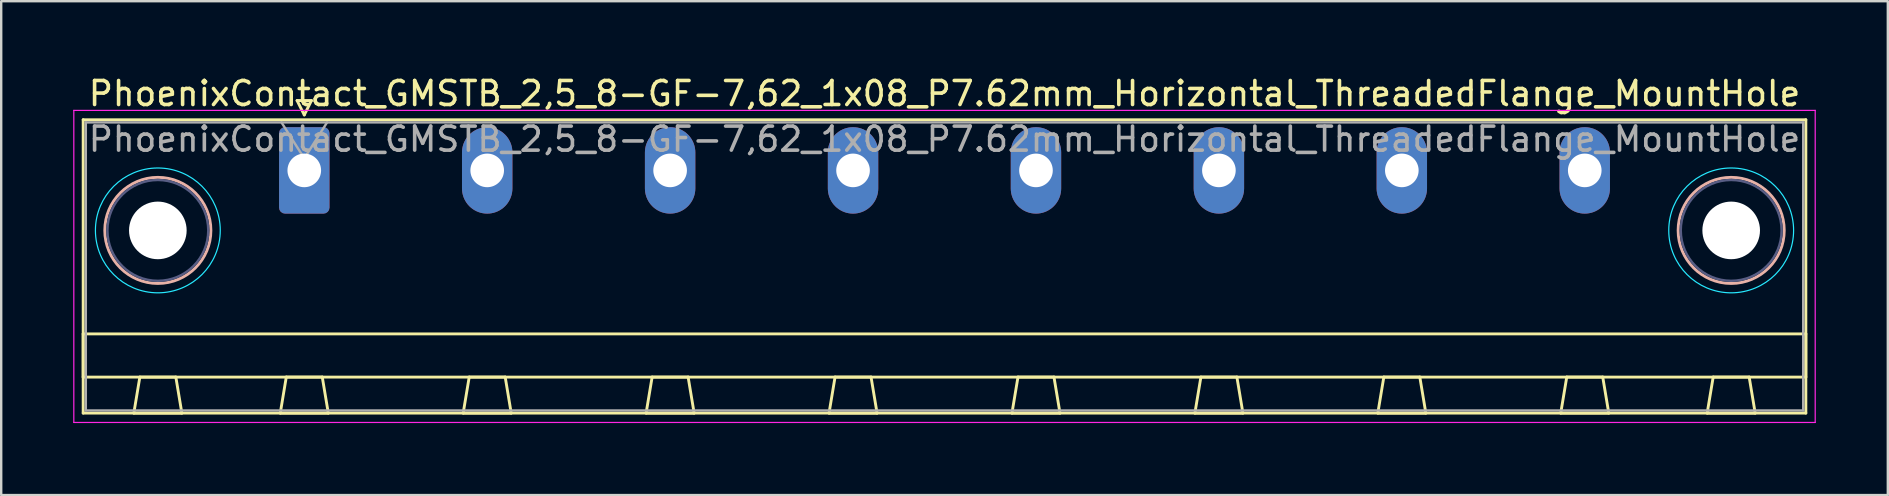
<source format=kicad_pcb>
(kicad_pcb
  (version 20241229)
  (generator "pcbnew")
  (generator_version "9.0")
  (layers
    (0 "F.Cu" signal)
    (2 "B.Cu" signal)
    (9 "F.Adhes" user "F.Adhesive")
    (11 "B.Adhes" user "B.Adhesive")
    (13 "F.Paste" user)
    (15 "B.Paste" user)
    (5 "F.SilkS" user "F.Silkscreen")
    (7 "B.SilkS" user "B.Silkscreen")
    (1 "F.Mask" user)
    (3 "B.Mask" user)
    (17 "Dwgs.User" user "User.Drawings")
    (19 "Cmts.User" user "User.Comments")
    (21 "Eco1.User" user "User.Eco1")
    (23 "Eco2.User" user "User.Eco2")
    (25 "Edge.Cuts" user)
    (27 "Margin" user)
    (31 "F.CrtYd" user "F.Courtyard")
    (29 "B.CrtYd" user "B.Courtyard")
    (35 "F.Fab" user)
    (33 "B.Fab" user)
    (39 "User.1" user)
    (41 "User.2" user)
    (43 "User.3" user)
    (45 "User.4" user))
  (footprint "PhoenixContact_GMSTB_2,5_8-GF-7,62_1x08_P7.62mm_Horizontal_ThreadedFlange_MountHole"
    (layer "F.Cu")
    (at 9.625 4.048)
    (property "Reference" "PhoenixContact_GMSTB_2,5_8-GF-7,62_1x08_P7.62mm_Horizontal_ThreadedFlange_MountHole" (at 26.67 -3.2 0) (layer "F.SilkS") (effects (font (size 1 1) (thickness 0.15))))
    (attr through_hole)
    (fp_line (start -9.21 -2.11) (end -9.21 10.11) (stroke (width 0.12) (type solid)) (layer "F.SilkS"))
    (fp_line (start -9.21 6.81) (end 62.55 6.81) (stroke (width 0.12) (type solid)) (layer "F.SilkS"))
    (fp_line (start -9.21 8.61) (end -9.21 6.81) (stroke (width 0.12) (type solid)) (layer "F.SilkS"))
    (fp_line (start -9.21 10.11) (end 62.55 10.11) (stroke (width 0.12) (type solid)) (layer "F.SilkS"))
    (fp_line (start -7.1 10.11) (end -5.1 10.11) (stroke (width 0.12) (type solid)) (layer "F.SilkS"))
    (fp_line (start -6.85 8.61) (end -7.1 10.11) (stroke (width 0.12) (type solid)) (layer "F.SilkS"))
    (fp_line (start -5.35 8.61) (end -6.85 8.61) (stroke (width 0.12) (type solid)) (layer "F.SilkS"))
    (fp_line (start -5.1 10.11) (end -5.35 8.61) (stroke (width 0.12) (type solid)) (layer "F.SilkS"))
    (fp_line (start -1 10.11) (end 1 10.11) (stroke (width 0.12) (type solid)) (layer "F.SilkS"))
    (fp_line (start -0.75 8.61) (end -1 10.11) (stroke (width 0.12) (type solid)) (layer "F.SilkS"))
    (fp_line (start -0.3 -2.91) (end 0.3 -2.91) (stroke (width 0.12) (type solid)) (layer "F.SilkS"))
    (fp_line (start 0 -2.31) (end -0.3 -2.91) (stroke (width 0.12) (type solid)) (layer "F.SilkS"))
    (fp_line (start 0.3 -2.91) (end 0 -2.31) (stroke (width 0.12) (type solid)) (layer "F.SilkS"))
    (fp_line (start 0.75 8.61) (end -0.75 8.61) (stroke (width 0.12) (type solid)) (layer "F.SilkS"))
    (fp_line (start 1 10.11) (end 0.75 8.61) (stroke (width 0.12) (type solid)) (layer "F.SilkS"))
    (fp_line (start 6.62 10.11) (end 8.62 10.11) (stroke (width 0.12) (type solid)) (layer "F.SilkS"))
    (fp_line (start 6.87 8.61) (end 6.62 10.11) (stroke (width 0.12) (type solid)) (layer "F.SilkS"))
    (fp_line (start 8.37 8.61) (end 6.87 8.61) (stroke (width 0.12) (type solid)) (layer "F.SilkS"))
    (fp_line (start 8.62 10.11) (end 8.37 8.61) (stroke (width 0.12) (type solid)) (layer "F.SilkS"))
    (fp_line (start 14.24 10.11) (end 16.24 10.11) (stroke (width 0.12) (type solid)) (layer "F.SilkS"))
    (fp_line (start 14.49 8.61) (end 14.24 10.11) (stroke (width 0.12) (type solid)) (layer "F.SilkS"))
    (fp_line (start 15.99 8.61) (end 14.49 8.61) (stroke (width 0.12) (type solid)) (layer "F.SilkS"))
    (fp_line (start 16.24 10.11) (end 15.99 8.61) (stroke (width 0.12) (type solid)) (layer "F.SilkS"))
    (fp_line (start 21.86 10.11) (end 23.86 10.11) (stroke (width 0.12) (type solid)) (layer "F.SilkS"))
    (fp_line (start 22.11 8.61) (end 21.86 10.11) (stroke (width 0.12) (type solid)) (layer "F.SilkS"))
    (fp_line (start 23.61 8.61) (end 22.11 8.61) (stroke (width 0.12) (type solid)) (layer "F.SilkS"))
    (fp_line (start 23.86 10.11) (end 23.61 8.61) (stroke (width 0.12) (type solid)) (layer "F.SilkS"))
    (fp_line (start 29.48 10.11) (end 31.48 10.11) (stroke (width 0.12) (type solid)) (layer "F.SilkS"))
    (fp_line (start 29.73 8.61) (end 29.48 10.11) (stroke (width 0.12) (type solid)) (layer "F.SilkS"))
    (fp_line (start 31.23 8.61) (end 29.73 8.61) (stroke (width 0.12) (type solid)) (layer "F.SilkS"))
    (fp_line (start 31.48 10.11) (end 31.23 8.61) (stroke (width 0.12) (type solid)) (layer "F.SilkS"))
    (fp_line (start 37.1 10.11) (end 39.1 10.11) (stroke (width 0.12) (type solid)) (layer "F.SilkS"))
    (fp_line (start 37.35 8.61) (end 37.1 10.11) (stroke (width 0.12) (type solid)) (layer "F.SilkS"))
    (fp_line (start 38.85 8.61) (end 37.35 8.61) (stroke (width 0.12) (type solid)) (layer "F.SilkS"))
    (fp_line (start 39.1 10.11) (end 38.85 8.61) (stroke (width 0.12) (type solid)) (layer "F.SilkS"))
    (fp_line (start 44.72 10.11) (end 46.72 10.11) (stroke (width 0.12) (type solid)) (layer "F.SilkS"))
    (fp_line (start 44.97 8.61) (end 44.72 10.11) (stroke (width 0.12) (type solid)) (layer "F.SilkS"))
    (fp_line (start 46.47 8.61) (end 44.97 8.61) (stroke (width 0.12) (type solid)) (layer "F.SilkS"))
    (fp_line (start 46.72 10.11) (end 46.47 8.61) (stroke (width 0.12) (type solid)) (layer "F.SilkS"))
    (fp_line (start 52.34 10.11) (end 54.34 10.11) (stroke (width 0.12) (type solid)) (layer "F.SilkS"))
    (fp_line (start 52.59 8.61) (end 52.34 10.11) (stroke (width 0.12) (type solid)) (layer "F.SilkS"))
    (fp_line (start 54.09 8.61) (end 52.59 8.61) (stroke (width 0.12) (type solid)) (layer "F.SilkS"))
    (fp_line (start 54.34 10.11) (end 54.09 8.61) (stroke (width 0.12) (type solid)) (layer "F.SilkS"))
    (fp_line (start 58.44 10.11) (end 60.44 10.11) (stroke (width 0.12) (type solid)) (layer "F.SilkS"))
    (fp_line (start 58.69 8.61) (end 58.44 10.11) (stroke (width 0.12) (type solid)) (layer "F.SilkS"))
    (fp_line (start 60.19 8.61) (end 58.69 8.61) (stroke (width 0.12) (type solid)) (layer "F.SilkS"))
    (fp_line (start 60.44 10.11) (end 60.19 8.61) (stroke (width 0.12) (type solid)) (layer "F.SilkS"))
    (fp_line (start 62.55 -2.11) (end -9.21 -2.11) (stroke (width 0.12) (type solid)) (layer "F.SilkS"))
    (fp_line (start 62.55 6.81) (end 62.55 8.61) (stroke (width 0.12) (type solid)) (layer "F.SilkS"))
    (fp_line (start 62.55 8.61) (end -9.21 8.61) (stroke (width 0.12) (type solid)) (layer "F.SilkS"))
    (fp_line (start 62.55 10.11) (end 62.55 -2.11) (stroke (width 0.12) (type solid)) (layer "F.SilkS"))
    (fp_circle (center -6.1 2.5) (end -3.89 2.5) (stroke (width 0.12) (type solid)) (fill no) (layer "B.SilkS"))
    (fp_circle (center 59.44 2.5) (end 61.65 2.5) (stroke (width 0.12) (type solid)) (fill no) (layer "B.SilkS"))
    (fp_circle (center -6.1 2.5) (end -3.5 2.5) (stroke (width 0.05) (type solid)) (fill no) (layer "B.CrtYd"))
    (fp_circle (center 59.44 2.5) (end 62.04 2.5) (stroke (width 0.05) (type solid)) (fill no) (layer "B.CrtYd"))
    (fp_line (start -9.6 -2.5) (end -9.6 10.5) (stroke (width 0.05) (type solid)) (layer "F.CrtYd"))
    (fp_line (start -9.6 10.5) (end 62.94 10.5) (stroke (width 0.05) (type solid)) (layer "F.CrtYd"))
    (fp_line (start 62.94 -2.5) (end -9.6 -2.5) (stroke (width 0.05) (type solid)) (layer "F.CrtYd"))
    (fp_line (start 62.94 10.5) (end 62.94 -2.5) (stroke (width 0.05) (type solid)) (layer "F.CrtYd"))
    (fp_circle (center -6.1 2.5) (end -4 2.5) (stroke (width 0.1) (type solid)) (fill no) (layer "B.Fab"))
    (fp_circle (center 59.44 2.5) (end 61.54 2.5) (stroke (width 0.1) (type solid)) (fill no) (layer "B.Fab"))
    (fp_line (start -9.1 -2) (end -9.1 10) (stroke (width 0.1) (type solid)) (layer "F.Fab"))
    (fp_line (start -9.1 10) (end 62.44 10) (stroke (width 0.1) (type solid)) (layer "F.Fab"))
    (fp_line (start 0 -0.5) (end -0.95 -2) (stroke (width 0.1) (type solid)) (layer "F.Fab"))
    (fp_line (start 0.95 -2) (end 0 -0.5) (stroke (width 0.1) (type solid)) (layer "F.Fab"))
    (fp_line (start 62.44 -2) (end -9.1 -2) (stroke (width 0.1) (type solid)) (layer "F.Fab"))
    (fp_line (start 62.44 10) (end 62.44 -2) (stroke (width 0.1) (type solid)) (layer "F.Fab"))
    (fp_text user "${REFERENCE}" (at 26.67 -1.3 0) (layer "F.Fab") (effects (font (size 1 1) (thickness 0.15))))
    (pad "" np_thru_hole circle (at -6.1 2.5) (size 2.4 2.4) (drill 2.4) (layers "*.Cu" "*.Mask"))
    (pad "" np_thru_hole circle (at 59.44 2.5) (size 2.4 2.4) (drill 2.4) (layers "*.Cu" "*.Mask"))
    (pad "1" thru_hole roundrect (at 0 0) (size 2.1 3.6) (drill 1.4) (layers "*.Cu" "*.Mask") (roundrect_rratio 0.119))
    (pad "2" thru_hole oval (at 7.62 0) (size 2.1 3.6) (drill 1.4) (layers "*.Cu" "*.Mask"))
    (pad "3" thru_hole oval (at 15.24 0) (size 2.1 3.6) (drill 1.4) (layers "*.Cu" "*.Mask"))
    (pad "4" thru_hole oval (at 22.86 0) (size 2.1 3.6) (drill 1.4) (layers "*.Cu" "*.Mask"))
    (pad "5" thru_hole oval (at 30.48 0) (size 2.1 3.6) (drill 1.4) (layers "*.Cu" "*.Mask"))
    (pad "6" thru_hole oval (at 38.1 0) (size 2.1 3.6) (drill 1.4) (layers "*.Cu" "*.Mask"))
    (pad "7" thru_hole oval (at 45.72 0) (size 2.1 3.6) (drill 1.4) (layers "*.Cu" "*.Mask"))
    (pad "8" thru_hole oval (at 53.34 0) (size 2.1 3.6) (drill 1.4) (layers "*.Cu" "*.Mask")))
  (gr_rect
    (start -3 -3)
    (end 75.59 17.573)
    (stroke (width 0.1) (type default))
    (fill no)
    (layer "Edge.Cuts")))
</source>
